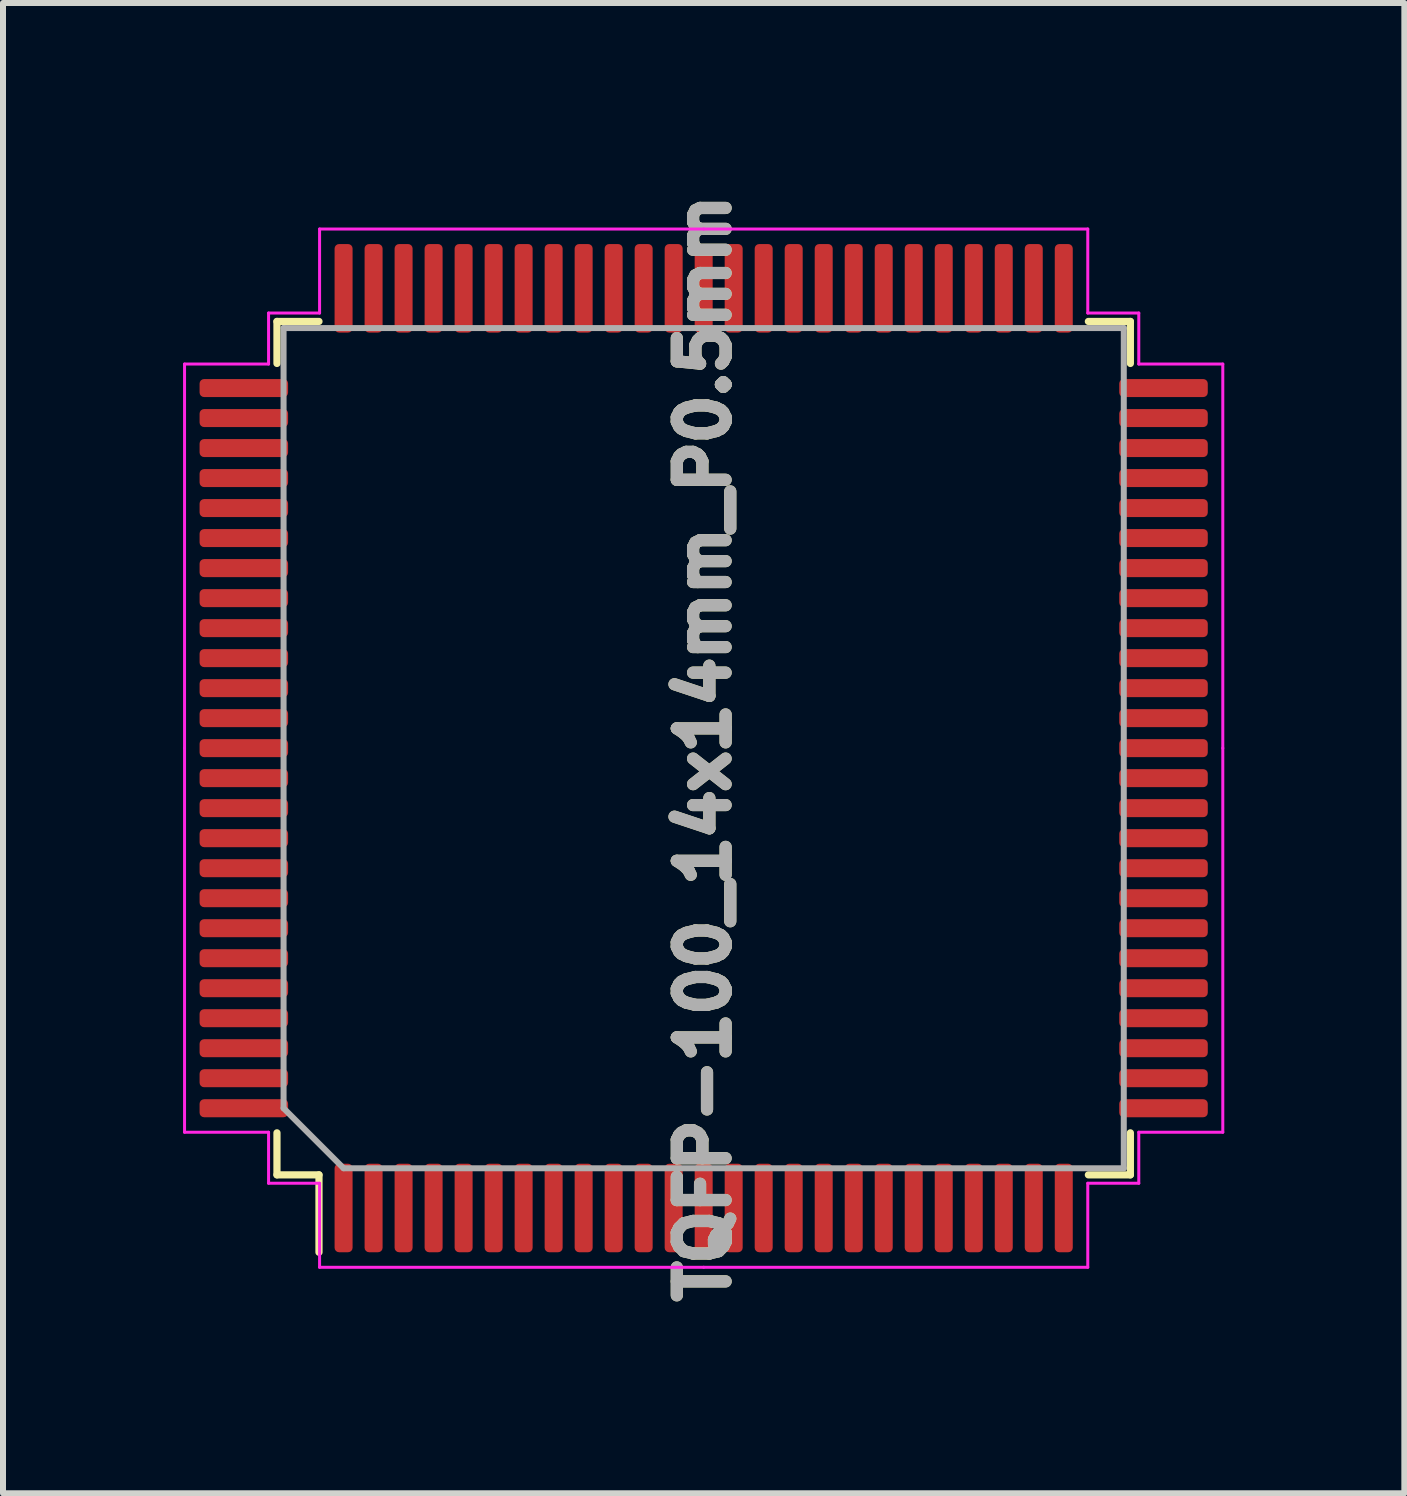
<source format=kicad_pcb>
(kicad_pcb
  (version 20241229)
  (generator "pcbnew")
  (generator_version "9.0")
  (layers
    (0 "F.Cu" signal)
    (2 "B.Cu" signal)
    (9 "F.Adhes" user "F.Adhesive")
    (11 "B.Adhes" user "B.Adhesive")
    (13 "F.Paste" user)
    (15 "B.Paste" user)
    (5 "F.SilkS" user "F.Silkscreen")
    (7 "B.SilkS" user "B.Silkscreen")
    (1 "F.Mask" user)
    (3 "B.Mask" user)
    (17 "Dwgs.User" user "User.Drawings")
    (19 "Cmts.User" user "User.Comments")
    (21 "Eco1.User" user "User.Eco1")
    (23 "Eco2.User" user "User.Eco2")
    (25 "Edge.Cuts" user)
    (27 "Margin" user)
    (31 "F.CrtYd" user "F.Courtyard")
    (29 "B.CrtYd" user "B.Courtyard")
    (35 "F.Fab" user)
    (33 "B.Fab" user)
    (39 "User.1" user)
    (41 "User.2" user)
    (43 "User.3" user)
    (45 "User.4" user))
  (footprint "TQFP-100_14x14mm_P0.5mm"
    (layer "F.Cu")
    (at 8.675 9.416)
    (property "Reference" "TQFP-100_14x14mm_P0.5mm" (at 0 0 90) (layer "F.Fab") (effects (font (size 0.813 0.813) (thickness 0.203))))
    (attr smd)
    (fp_line (start -7.11 -7.11) (end -6.41 -7.11) (stroke (width 0.12) (type solid)) (layer "F.SilkS"))
    (fp_line (start -7.11 -6.41) (end -7.11 -7.11) (stroke (width 0.12) (type solid)) (layer "F.SilkS"))
    (fp_line (start -7.11 6.41) (end -7.11 7.11) (stroke (width 0.12) (type solid)) (layer "F.SilkS"))
    (fp_line (start -7.11 7.11) (end -6.41 7.11) (stroke (width 0.12) (type solid)) (layer "F.SilkS"))
    (fp_line (start -6.41 7.11) (end -6.41 8.4) (stroke (width 0.12) (type solid)) (layer "F.SilkS"))
    (fp_line (start 7.11 -7.11) (end 6.41 -7.11) (stroke (width 0.12) (type solid)) (layer "F.SilkS"))
    (fp_line (start 7.11 -6.41) (end 7.11 -7.11) (stroke (width 0.12) (type solid)) (layer "F.SilkS"))
    (fp_line (start 7.11 6.41) (end 7.11 7.11) (stroke (width 0.12) (type solid)) (layer "F.SilkS"))
    (fp_line (start 7.11 7.11) (end 6.41 7.11) (stroke (width 0.12) (type solid)) (layer "F.SilkS"))
    (fp_line (start -8.65 -6.4) (end -7.25 -6.4) (stroke (width 0.05) (type solid)) (layer "F.CrtYd"))
    (fp_line (start -8.65 0) (end -8.65 -6.4) (stroke (width 0.05) (type solid)) (layer "F.CrtYd"))
    (fp_line (start -8.65 0) (end -8.65 6.4) (stroke (width 0.05) (type solid)) (layer "F.CrtYd"))
    (fp_line (start -8.65 6.4) (end -7.25 6.4) (stroke (width 0.05) (type solid)) (layer "F.CrtYd"))
    (fp_line (start -7.25 -7.25) (end -6.4 -7.25) (stroke (width 0.05) (type solid)) (layer "F.CrtYd"))
    (fp_line (start -7.25 -6.4) (end -7.25 -7.25) (stroke (width 0.05) (type solid)) (layer "F.CrtYd"))
    (fp_line (start -7.25 6.4) (end -7.25 7.25) (stroke (width 0.05) (type solid)) (layer "F.CrtYd"))
    (fp_line (start -7.25 7.25) (end -6.4 7.25) (stroke (width 0.05) (type solid)) (layer "F.CrtYd"))
    (fp_line (start -6.4 -8.65) (end 0 -8.65) (stroke (width 0.05) (type solid)) (layer "F.CrtYd"))
    (fp_line (start -6.4 -7.25) (end -6.4 -8.65) (stroke (width 0.05) (type solid)) (layer "F.CrtYd"))
    (fp_line (start -6.4 7.25) (end -6.4 8.65) (stroke (width 0.05) (type solid)) (layer "F.CrtYd"))
    (fp_line (start -6.4 8.65) (end 0 8.65) (stroke (width 0.05) (type solid)) (layer "F.CrtYd"))
    (fp_line (start 6.4 -8.65) (end 0 -8.65) (stroke (width 0.05) (type solid)) (layer "F.CrtYd"))
    (fp_line (start 6.4 -7.25) (end 6.4 -8.65) (stroke (width 0.05) (type solid)) (layer "F.CrtYd"))
    (fp_line (start 6.4 7.25) (end 6.4 8.65) (stroke (width 0.05) (type solid)) (layer "F.CrtYd"))
    (fp_line (start 6.4 8.65) (end 0 8.65) (stroke (width 0.05) (type solid)) (layer "F.CrtYd"))
    (fp_line (start 7.25 -7.25) (end 6.4 -7.25) (stroke (width 0.05) (type solid)) (layer "F.CrtYd"))
    (fp_line (start 7.25 -6.4) (end 7.25 -7.25) (stroke (width 0.05) (type solid)) (layer "F.CrtYd"))
    (fp_line (start 7.25 6.4) (end 7.25 7.25) (stroke (width 0.05) (type solid)) (layer "F.CrtYd"))
    (fp_line (start 7.25 7.25) (end 6.4 7.25) (stroke (width 0.05) (type solid)) (layer "F.CrtYd"))
    (fp_line (start 8.65 -6.4) (end 7.25 -6.4) (stroke (width 0.05) (type solid)) (layer "F.CrtYd"))
    (fp_line (start 8.65 0) (end 8.65 -6.4) (stroke (width 0.05) (type solid)) (layer "F.CrtYd"))
    (fp_line (start 8.65 0) (end 8.65 6.4) (stroke (width 0.05) (type solid)) (layer "F.CrtYd"))
    (fp_line (start 8.65 6.4) (end 7.25 6.4) (stroke (width 0.05) (type solid)) (layer "F.CrtYd"))
    (fp_line (start -7 -7) (end 7 -7) (stroke (width 0.1) (type solid)) (layer "F.Fab"))
    (fp_line (start -7 6) (end -7 -7) (stroke (width 0.1) (type solid)) (layer "F.Fab"))
    (fp_line (start -6 7) (end -7 6) (stroke (width 0.1) (type solid)) (layer "F.Fab"))
    (fp_line (start 7 -7) (end 7 7) (stroke (width 0.1) (type solid)) (layer "F.Fab"))
    (fp_line (start 7 7) (end -6 7) (stroke (width 0.1) (type solid)) (layer "F.Fab"))
    (fp_text user "${REFERENCE}" (at 0 0 90) (layer "F.SilkS") (effects (font (size 0.813 0.813) (thickness 0.203))))
    (pad "1" smd roundrect (at -6 7.662 90) (size 1.475 0.3) (layers "F.Cu" "F.Mask" "F.Paste") (roundrect_rratio 0.25))
    (pad "2" smd roundrect (at -5.5 7.662 90) (size 1.475 0.3) (layers "F.Cu" "F.Mask" "F.Paste") (roundrect_rratio 0.25))
    (pad "3" smd roundrect (at -5 7.662 90) (size 1.475 0.3) (layers "F.Cu" "F.Mask" "F.Paste") (roundrect_rratio 0.25))
    (pad "4" smd roundrect (at -4.5 7.662 90) (size 1.475 0.3) (layers "F.Cu" "F.Mask" "F.Paste") (roundrect_rratio 0.25))
    (pad "5" smd roundrect (at -4 7.662 90) (size 1.475 0.3) (layers "F.Cu" "F.Mask" "F.Paste") (roundrect_rratio 0.25))
    (pad "6" smd roundrect (at -3.5 7.662 90) (size 1.475 0.3) (layers "F.Cu" "F.Mask" "F.Paste") (roundrect_rratio 0.25))
    (pad "7" smd roundrect (at -3 7.662 90) (size 1.475 0.3) (layers "F.Cu" "F.Mask" "F.Paste") (roundrect_rratio 0.25))
    (pad "8" smd roundrect (at -2.5 7.662 90) (size 1.475 0.3) (layers "F.Cu" "F.Mask" "F.Paste") (roundrect_rratio 0.25))
    (pad "9" smd roundrect (at -2 7.662 90) (size 1.475 0.3) (layers "F.Cu" "F.Mask" "F.Paste") (roundrect_rratio 0.25))
    (pad "10" smd roundrect (at -1.5 7.662 90) (size 1.475 0.3) (layers "F.Cu" "F.Mask" "F.Paste") (roundrect_rratio 0.25))
    (pad "11" smd roundrect (at -1 7.662 90) (size 1.475 0.3) (layers "F.Cu" "F.Mask" "F.Paste") (roundrect_rratio 0.25))
    (pad "12" smd roundrect (at -0.5 7.662 90) (size 1.475 0.3) (layers "F.Cu" "F.Mask" "F.Paste") (roundrect_rratio 0.25))
    (pad "13" smd roundrect (at 0 7.662 90) (size 1.475 0.3) (layers "F.Cu" "F.Mask" "F.Paste") (roundrect_rratio 0.25))
    (pad "14" smd roundrect (at 0.5 7.662 90) (size 1.475 0.3) (layers "F.Cu" "F.Mask" "F.Paste") (roundrect_rratio 0.25))
    (pad "15" smd roundrect (at 1 7.662 90) (size 1.475 0.3) (layers "F.Cu" "F.Mask" "F.Paste") (roundrect_rratio 0.25))
    (pad "16" smd roundrect (at 1.5 7.662 90) (size 1.475 0.3) (layers "F.Cu" "F.Mask" "F.Paste") (roundrect_rratio 0.25))
    (pad "17" smd roundrect (at 2 7.662 90) (size 1.475 0.3) (layers "F.Cu" "F.Mask" "F.Paste") (roundrect_rratio 0.25))
    (pad "18" smd roundrect (at 2.5 7.662 90) (size 1.475 0.3) (layers "F.Cu" "F.Mask" "F.Paste") (roundrect_rratio 0.25))
    (pad "19" smd roundrect (at 3 7.662 90) (size 1.475 0.3) (layers "F.Cu" "F.Mask" "F.Paste") (roundrect_rratio 0.25))
    (pad "20" smd roundrect (at 3.5 7.662 90) (size 1.475 0.3) (layers "F.Cu" "F.Mask" "F.Paste") (roundrect_rratio 0.25))
    (pad "21" smd roundrect (at 4 7.662 90) (size 1.475 0.3) (layers "F.Cu" "F.Mask" "F.Paste") (roundrect_rratio 0.25))
    (pad "22" smd roundrect (at 4.5 7.662 90) (size 1.475 0.3) (layers "F.Cu" "F.Mask" "F.Paste") (roundrect_rratio 0.25))
    (pad "23" smd roundrect (at 5 7.662 90) (size 1.475 0.3) (layers "F.Cu" "F.Mask" "F.Paste") (roundrect_rratio 0.25))
    (pad "24" smd roundrect (at 5.5 7.662 90) (size 1.475 0.3) (layers "F.Cu" "F.Mask" "F.Paste") (roundrect_rratio 0.25))
    (pad "25" smd roundrect (at 6 7.662 90) (size 1.475 0.3) (layers "F.Cu" "F.Mask" "F.Paste") (roundrect_rratio 0.25))
    (pad "26" smd roundrect (at 7.662 6 90) (size 0.3 1.475) (layers "F.Cu" "F.Mask" "F.Paste") (roundrect_rratio 0.25))
    (pad "27" smd roundrect (at 7.662 5.5 90) (size 0.3 1.475) (layers "F.Cu" "F.Mask" "F.Paste") (roundrect_rratio 0.25))
    (pad "28" smd roundrect (at 7.662 5 90) (size 0.3 1.475) (layers "F.Cu" "F.Mask" "F.Paste") (roundrect_rratio 0.25))
    (pad "29" smd roundrect (at 7.662 4.5 90) (size 0.3 1.475) (layers "F.Cu" "F.Mask" "F.Paste") (roundrect_rratio 0.25))
    (pad "30" smd roundrect (at 7.662 4 90) (size 0.3 1.475) (layers "F.Cu" "F.Mask" "F.Paste") (roundrect_rratio 0.25))
    (pad "31" smd roundrect (at 7.662 3.5 90) (size 0.3 1.475) (layers "F.Cu" "F.Mask" "F.Paste") (roundrect_rratio 0.25))
    (pad "32" smd roundrect (at 7.662 3 90) (size 0.3 1.475) (layers "F.Cu" "F.Mask" "F.Paste") (roundrect_rratio 0.25))
    (pad "33" smd roundrect (at 7.662 2.5 90) (size 0.3 1.475) (layers "F.Cu" "F.Mask" "F.Paste") (roundrect_rratio 0.25))
    (pad "34" smd roundrect (at 7.662 2 90) (size 0.3 1.475) (layers "F.Cu" "F.Mask" "F.Paste") (roundrect_rratio 0.25))
    (pad "35" smd roundrect (at 7.662 1.5 90) (size 0.3 1.475) (layers "F.Cu" "F.Mask" "F.Paste") (roundrect_rratio 0.25))
    (pad "36" smd roundrect (at 7.662 1 90) (size 0.3 1.475) (layers "F.Cu" "F.Mask" "F.Paste") (roundrect_rratio 0.25))
    (pad "37" smd roundrect (at 7.662 0.5 90) (size 0.3 1.475) (layers "F.Cu" "F.Mask" "F.Paste") (roundrect_rratio 0.25))
    (pad "38" smd roundrect (at 7.662 0 90) (size 0.3 1.475) (layers "F.Cu" "F.Mask" "F.Paste") (roundrect_rratio 0.25))
    (pad "39" smd roundrect (at 7.662 -0.5 90) (size 0.3 1.475) (layers "F.Cu" "F.Mask" "F.Paste") (roundrect_rratio 0.25))
    (pad "40" smd roundrect (at 7.662 -1 90) (size 0.3 1.475) (layers "F.Cu" "F.Mask" "F.Paste") (roundrect_rratio 0.25))
    (pad "41" smd roundrect (at 7.662 -1.5 90) (size 0.3 1.475) (layers "F.Cu" "F.Mask" "F.Paste") (roundrect_rratio 0.25))
    (pad "42" smd roundrect (at 7.662 -2 90) (size 0.3 1.475) (layers "F.Cu" "F.Mask" "F.Paste") (roundrect_rratio 0.25))
    (pad "43" smd roundrect (at 7.662 -2.5 90) (size 0.3 1.475) (layers "F.Cu" "F.Mask" "F.Paste") (roundrect_rratio 0.25))
    (pad "44" smd roundrect (at 7.662 -3 90) (size 0.3 1.475) (layers "F.Cu" "F.Mask" "F.Paste") (roundrect_rratio 0.25))
    (pad "45" smd roundrect (at 7.662 -3.5 90) (size 0.3 1.475) (layers "F.Cu" "F.Mask" "F.Paste") (roundrect_rratio 0.25))
    (pad "46" smd roundrect (at 7.662 -4 90) (size 0.3 1.475) (layers "F.Cu" "F.Mask" "F.Paste") (roundrect_rratio 0.25))
    (pad "47" smd roundrect (at 7.662 -4.5 90) (size 0.3 1.475) (layers "F.Cu" "F.Mask" "F.Paste") (roundrect_rratio 0.25))
    (pad "48" smd roundrect (at 7.662 -5 90) (size 0.3 1.475) (layers "F.Cu" "F.Mask" "F.Paste") (roundrect_rratio 0.25))
    (pad "49" smd roundrect (at 7.662 -5.5 90) (size 0.3 1.475) (layers "F.Cu" "F.Mask" "F.Paste") (roundrect_rratio 0.25))
    (pad "50" smd roundrect (at 7.662 -6 90) (size 0.3 1.475) (layers "F.Cu" "F.Mask" "F.Paste") (roundrect_rratio 0.25))
    (pad "51" smd roundrect (at 6 -7.662 90) (size 1.475 0.3) (layers "F.Cu" "F.Mask" "F.Paste") (roundrect_rratio 0.25))
    (pad "52" smd roundrect (at 5.5 -7.662 90) (size 1.475 0.3) (layers "F.Cu" "F.Mask" "F.Paste") (roundrect_rratio 0.25))
    (pad "53" smd roundrect (at 5 -7.662 90) (size 1.475 0.3) (layers "F.Cu" "F.Mask" "F.Paste") (roundrect_rratio 0.25))
    (pad "54" smd roundrect (at 4.5 -7.662 90) (size 1.475 0.3) (layers "F.Cu" "F.Mask" "F.Paste") (roundrect_rratio 0.25))
    (pad "55" smd roundrect (at 4 -7.662 90) (size 1.475 0.3) (layers "F.Cu" "F.Mask" "F.Paste") (roundrect_rratio 0.25))
    (pad "56" smd roundrect (at 3.5 -7.662 90) (size 1.475 0.3) (layers "F.Cu" "F.Mask" "F.Paste") (roundrect_rratio 0.25))
    (pad "57" smd roundrect (at 3 -7.662 90) (size 1.475 0.3) (layers "F.Cu" "F.Mask" "F.Paste") (roundrect_rratio 0.25))
    (pad "58" smd roundrect (at 2.5 -7.662 90) (size 1.475 0.3) (layers "F.Cu" "F.Mask" "F.Paste") (roundrect_rratio 0.25))
    (pad "59" smd roundrect (at 2 -7.662 90) (size 1.475 0.3) (layers "F.Cu" "F.Mask" "F.Paste") (roundrect_rratio 0.25))
    (pad "60" smd roundrect (at 1.5 -7.662 90) (size 1.475 0.3) (layers "F.Cu" "F.Mask" "F.Paste") (roundrect_rratio 0.25))
    (pad "61" smd roundrect (at 1 -7.662 90) (size 1.475 0.3) (layers "F.Cu" "F.Mask" "F.Paste") (roundrect_rratio 0.25))
    (pad "62" smd roundrect (at 0.5 -7.662 90) (size 1.475 0.3) (layers "F.Cu" "F.Mask" "F.Paste") (roundrect_rratio 0.25))
    (pad "63" smd roundrect (at 0 -7.662 90) (size 1.475 0.3) (layers "F.Cu" "F.Mask" "F.Paste") (roundrect_rratio 0.25))
    (pad "64" smd roundrect (at -0.5 -7.662 90) (size 1.475 0.3) (layers "F.Cu" "F.Mask" "F.Paste") (roundrect_rratio 0.25))
    (pad "65" smd roundrect (at -1 -7.662 90) (size 1.475 0.3) (layers "F.Cu" "F.Mask" "F.Paste") (roundrect_rratio 0.25))
    (pad "66" smd roundrect (at -1.5 -7.662 90) (size 1.475 0.3) (layers "F.Cu" "F.Mask" "F.Paste") (roundrect_rratio 0.25))
    (pad "67" smd roundrect (at -2 -7.662 90) (size 1.475 0.3) (layers "F.Cu" "F.Mask" "F.Paste") (roundrect_rratio 0.25))
    (pad "68" smd roundrect (at -2.5 -7.662 90) (size 1.475 0.3) (layers "F.Cu" "F.Mask" "F.Paste") (roundrect_rratio 0.25))
    (pad "69" smd roundrect (at -3 -7.662 90) (size 1.475 0.3) (layers "F.Cu" "F.Mask" "F.Paste") (roundrect_rratio 0.25))
    (pad "70" smd roundrect (at -3.5 -7.662 90) (size 1.475 0.3) (layers "F.Cu" "F.Mask" "F.Paste") (roundrect_rratio 0.25))
    (pad "71" smd roundrect (at -4 -7.662 90) (size 1.475 0.3) (layers "F.Cu" "F.Mask" "F.Paste") (roundrect_rratio 0.25))
    (pad "72" smd roundrect (at -4.5 -7.662 90) (size 1.475 0.3) (layers "F.Cu" "F.Mask" "F.Paste") (roundrect_rratio 0.25))
    (pad "73" smd roundrect (at -5 -7.662 90) (size 1.475 0.3) (layers "F.Cu" "F.Mask" "F.Paste") (roundrect_rratio 0.25))
    (pad "74" smd roundrect (at -5.5 -7.662 90) (size 1.475 0.3) (layers "F.Cu" "F.Mask" "F.Paste") (roundrect_rratio 0.25))
    (pad "75" smd roundrect (at -6 -7.662 90) (size 1.475 0.3) (layers "F.Cu" "F.Mask" "F.Paste") (roundrect_rratio 0.25))
    (pad "76" smd roundrect (at -7.662 -6 90) (size 0.3 1.475) (layers "F.Cu" "F.Mask" "F.Paste") (roundrect_rratio 0.25))
    (pad "77" smd roundrect (at -7.662 -5.5 90) (size 0.3 1.475) (layers "F.Cu" "F.Mask" "F.Paste") (roundrect_rratio 0.25))
    (pad "78" smd roundrect (at -7.662 -5 90) (size 0.3 1.475) (layers "F.Cu" "F.Mask" "F.Paste") (roundrect_rratio 0.25))
    (pad "79" smd roundrect (at -7.662 -4.5 90) (size 0.3 1.475) (layers "F.Cu" "F.Mask" "F.Paste") (roundrect_rratio 0.25))
    (pad "80" smd roundrect (at -7.662 -4 90) (size 0.3 1.475) (layers "F.Cu" "F.Mask" "F.Paste") (roundrect_rratio 0.25))
    (pad "81" smd roundrect (at -7.662 -3.5 90) (size 0.3 1.475) (layers "F.Cu" "F.Mask" "F.Paste") (roundrect_rratio 0.25))
    (pad "82" smd roundrect (at -7.662 -3 90) (size 0.3 1.475) (layers "F.Cu" "F.Mask" "F.Paste") (roundrect_rratio 0.25))
    (pad "83" smd roundrect (at -7.662 -2.5 90) (size 0.3 1.475) (layers "F.Cu" "F.Mask" "F.Paste") (roundrect_rratio 0.25))
    (pad "84" smd roundrect (at -7.662 -2 90) (size 0.3 1.475) (layers "F.Cu" "F.Mask" "F.Paste") (roundrect_rratio 0.25))
    (pad "85" smd roundrect (at -7.662 -1.5 90) (size 0.3 1.475) (layers "F.Cu" "F.Mask" "F.Paste") (roundrect_rratio 0.25))
    (pad "86" smd roundrect (at -7.662 -1 90) (size 0.3 1.475) (layers "F.Cu" "F.Mask" "F.Paste") (roundrect_rratio 0.25))
    (pad "87" smd roundrect (at -7.662 -0.5 90) (size 0.3 1.475) (layers "F.Cu" "F.Mask" "F.Paste") (roundrect_rratio 0.25))
    (pad "88" smd roundrect (at -7.662 0 90) (size 0.3 1.475) (layers "F.Cu" "F.Mask" "F.Paste") (roundrect_rratio 0.25))
    (pad "89" smd roundrect (at -7.662 0.5 90) (size 0.3 1.475) (layers "F.Cu" "F.Mask" "F.Paste") (roundrect_rratio 0.25))
    (pad "90" smd roundrect (at -7.662 1 90) (size 0.3 1.475) (layers "F.Cu" "F.Mask" "F.Paste") (roundrect_rratio 0.25))
    (pad "91" smd roundrect (at -7.662 1.5 90) (size 0.3 1.475) (layers "F.Cu" "F.Mask" "F.Paste") (roundrect_rratio 0.25))
    (pad "92" smd roundrect (at -7.662 2 90) (size 0.3 1.475) (layers "F.Cu" "F.Mask" "F.Paste") (roundrect_rratio 0.25))
    (pad "93" smd roundrect (at -7.662 2.5 90) (size 0.3 1.475) (layers "F.Cu" "F.Mask" "F.Paste") (roundrect_rratio 0.25))
    (pad "94" smd roundrect (at -7.662 3 90) (size 0.3 1.475) (layers "F.Cu" "F.Mask" "F.Paste") (roundrect_rratio 0.25))
    (pad "95" smd roundrect (at -7.662 3.5 90) (size 0.3 1.475) (layers "F.Cu" "F.Mask" "F.Paste") (roundrect_rratio 0.25))
    (pad "96" smd roundrect (at -7.662 4 90) (size 0.3 1.475) (layers "F.Cu" "F.Mask" "F.Paste") (roundrect_rratio 0.25))
    (pad "97" smd roundrect (at -7.662 4.5 90) (size 0.3 1.475) (layers "F.Cu" "F.Mask" "F.Paste") (roundrect_rratio 0.25))
    (pad "98" smd roundrect (at -7.662 5 90) (size 0.3 1.475) (layers "F.Cu" "F.Mask" "F.Paste") (roundrect_rratio 0.25))
    (pad "99" smd roundrect (at -7.662 5.5 90) (size 0.3 1.475) (layers "F.Cu" "F.Mask" "F.Paste") (roundrect_rratio 0.25))
    (pad "100" smd roundrect (at -7.662 6 90) (size 0.3 1.475) (layers "F.Cu" "F.Mask" "F.Paste") (roundrect_rratio 0.25)))
  (gr_rect
    (start -3 -3)
    (end 20.35 21.832)
    (stroke (width 0.1) (type default))
    (fill no)
    (layer "Edge.Cuts")))
</source>
